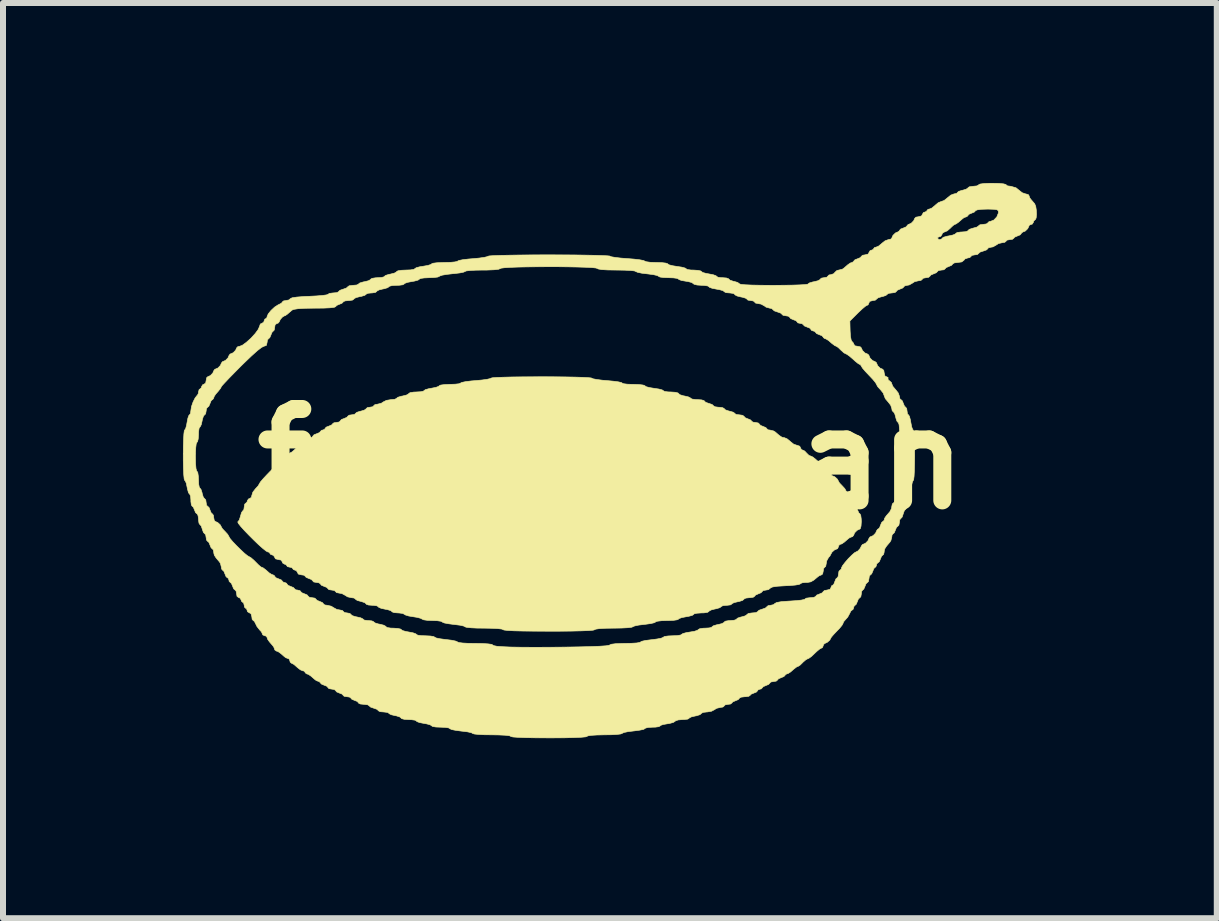
<source format=kicad_pcb>
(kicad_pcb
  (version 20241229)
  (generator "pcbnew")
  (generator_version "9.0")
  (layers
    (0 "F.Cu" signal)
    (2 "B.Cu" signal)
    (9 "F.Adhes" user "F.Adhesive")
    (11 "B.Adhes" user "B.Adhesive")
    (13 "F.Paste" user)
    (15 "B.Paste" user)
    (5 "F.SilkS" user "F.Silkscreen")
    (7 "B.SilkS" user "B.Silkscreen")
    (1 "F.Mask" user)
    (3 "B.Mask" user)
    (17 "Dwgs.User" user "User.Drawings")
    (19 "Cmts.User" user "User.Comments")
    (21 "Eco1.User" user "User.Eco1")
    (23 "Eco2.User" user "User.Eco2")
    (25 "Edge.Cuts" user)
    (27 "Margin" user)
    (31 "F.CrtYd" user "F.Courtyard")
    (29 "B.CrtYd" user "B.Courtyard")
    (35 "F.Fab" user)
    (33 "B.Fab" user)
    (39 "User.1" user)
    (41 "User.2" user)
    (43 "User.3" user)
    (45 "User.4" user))
  (footprint "frying_pan"
    (layer "F.Cu")
    (at 7.142 4.602)
    (property "Reference" "frying_pan" (at 0 0 0) (layer "F.SilkS") (effects (font (size 1.524 1.524) (thickness 0.3))))
    (attr through_hole)
    (fp_poly (pts (xy -0.96 -1.371) (xy -0.772 -1.369) (xy -0.611 -1.366) (xy -0.481 -1.362) (xy -0.388 -1.357) (xy -0.338 -1.352) (xy -0.33 -1.349) (xy -0.307 -1.338) (xy -0.243 -1.326) (xy -0.15 -1.314) (xy -0.076 -1.308) (xy 0.03 -1.298) (xy 0.115 -1.287) (xy 0.167 -1.275) (xy 0.178 -1.267) (xy 0.201 -1.256) (xy 0.263 -1.248) (xy 0.35 -1.245) (xy 0.368 -1.245) (xy 0.459 -1.242) (xy 0.527 -1.234) (xy 0.558 -1.223) (xy 0.559 -1.22) (xy 0.582 -1.205) (xy 0.642 -1.19) (xy 0.711 -1.179) (xy 0.791 -1.167) (xy 0.847 -1.152) (xy 0.864 -1.14) (xy 0.886 -1.127) (xy 0.945 -1.119) (xy 0.991 -1.118) (xy 1.063 -1.113) (xy 1.109 -1.102) (xy 1.118 -1.093) (xy 1.14 -1.073) (xy 1.196 -1.055) (xy 1.219 -1.051) (xy 1.283 -1.036) (xy 1.318 -1.018) (xy 1.321 -1.013) (xy 1.344 -1) (xy 1.401 -0.992) (xy 1.435 -0.991) (xy 1.503 -0.986) (xy 1.544 -0.974) (xy 1.549 -0.967) (xy 1.571 -0.946) (xy 1.624 -0.927) (xy 1.626 -0.927) (xy 1.679 -0.909) (xy 1.702 -0.887) (xy 1.702 -0.887) (xy 1.724 -0.872) (xy 1.779 -0.864) (xy 1.791 -0.864) (xy 1.849 -0.858) (xy 1.879 -0.843) (xy 1.88 -0.839) (xy 1.902 -0.819) (xy 1.956 -0.801) (xy 1.968 -0.798) (xy 2.027 -0.782) (xy 2.057 -0.762) (xy 2.057 -0.759) (xy 2.079 -0.743) (xy 2.133 -0.737) (xy 2.134 -0.737) (xy 2.187 -0.729) (xy 2.21 -0.712) (xy 2.21 -0.712) (xy 2.231 -0.688) (xy 2.273 -0.671) (xy 2.321 -0.651) (xy 2.337 -0.632) (xy 2.359 -0.615) (xy 2.4 -0.61) (xy 2.448 -0.601) (xy 2.464 -0.585) (xy 2.485 -0.561) (xy 2.527 -0.544) (xy 2.575 -0.524) (xy 2.591 -0.505) (xy 2.612 -0.487) (xy 2.643 -0.483) (xy 2.704 -0.468) (xy 2.731 -0.451) (xy 2.797 -0.394) (xy 2.841 -0.365) (xy 2.875 -0.356) (xy 2.883 -0.356) (xy 2.927 -0.338) (xy 2.979 -0.296) (xy 2.982 -0.292) (xy 3.038 -0.248) (xy 3.093 -0.229) (xy 3.095 -0.229) (xy 3.139 -0.214) (xy 3.15 -0.191) (xy 3.167 -0.157) (xy 3.182 -0.152) (xy 3.221 -0.134) (xy 3.251 -0.102) (xy 3.291 -0.062) (xy 3.319 -0.051) (xy 3.357 -0.034) (xy 3.408 0.007) (xy 3.414 0.013) (xy 3.464 0.055) (xy 3.501 0.076) (xy 3.504 0.076) (xy 3.528 0.097) (xy 3.531 0.114) (xy 3.545 0.148) (xy 3.558 0.152) (xy 3.601 0.172) (xy 3.642 0.214) (xy 3.658 0.252) (xy 3.677 0.278) (xy 3.685 0.279) (xy 3.724 0.296) (xy 3.765 0.333) (xy 3.785 0.369) (xy 3.785 0.37) (xy 3.801 0.398) (xy 3.843 0.442) (xy 3.848 0.447) (xy 3.891 0.494) (xy 3.911 0.531) (xy 3.912 0.533) (xy 3.929 0.568) (xy 3.97 0.616) (xy 3.975 0.62) (xy 4.019 0.676) (xy 4.039 0.731) (xy 4.039 0.733) (xy 4.048 0.776) (xy 4.064 0.787) (xy 4.088 0.809) (xy 4.104 0.851) (xy 4.124 0.898) (xy 4.143 0.914) (xy 4.156 0.937) (xy 4.164 0.996) (xy 4.166 1.041) (xy 4.161 1.117) (xy 4.148 1.162) (xy 4.138 1.168) (xy 4.095 1.188) (xy 4.054 1.23) (xy 4.039 1.268) (xy 4.019 1.294) (xy 4.011 1.295) (xy 3.971 1.311) (xy 3.949 1.327) (xy 3.882 1.385) (xy 3.84 1.414) (xy 3.812 1.422) (xy 3.811 1.422) (xy 3.788 1.443) (xy 3.785 1.46) (xy 3.77 1.494) (xy 3.757 1.499) (xy 3.719 1.515) (xy 3.678 1.551) (xy 3.658 1.586) (xy 3.658 1.587) (xy 3.642 1.617) (xy 3.619 1.642) (xy 3.589 1.697) (xy 3.581 1.742) (xy 3.572 1.789) (xy 3.556 1.803) (xy 3.537 1.825) (xy 3.531 1.867) (xy 3.521 1.915) (xy 3.503 1.93) (xy 3.463 1.946) (xy 3.441 1.962) (xy 3.374 2.018) (xy 3.323 2.047) (xy 3.27 2.057) (xy 3.24 2.057) (xy 3.18 2.063) (xy 3.15 2.077) (xy 3.15 2.08) (xy 3.126 2.091) (xy 3.063 2.101) (xy 2.97 2.109) (xy 2.904 2.112) (xy 2.771 2.12) (xy 2.687 2.132) (xy 2.65 2.149) (xy 2.648 2.153) (xy 2.617 2.177) (xy 2.576 2.184) (xy 2.529 2.192) (xy 2.515 2.207) (xy 2.493 2.229) (xy 2.451 2.246) (xy 2.404 2.266) (xy 2.388 2.286) (xy 2.365 2.303) (xy 2.31 2.311) (xy 2.299 2.311) (xy 2.24 2.318) (xy 2.211 2.333) (xy 2.21 2.336) (xy 2.187 2.356) (xy 2.131 2.374) (xy 2.108 2.378) (xy 2.045 2.393) (xy 2.009 2.411) (xy 2.007 2.416) (xy 1.984 2.431) (xy 1.929 2.438) (xy 1.918 2.438) (xy 1.859 2.444) (xy 1.83 2.458) (xy 1.829 2.461) (xy 1.806 2.478) (xy 1.75 2.495) (xy 1.727 2.499) (xy 1.664 2.515) (xy 1.628 2.534) (xy 1.626 2.54) (xy 1.603 2.555) (xy 1.544 2.564) (xy 1.499 2.565) (xy 1.426 2.57) (xy 1.38 2.58) (xy 1.372 2.588) (xy 1.349 2.605) (xy 1.291 2.621) (xy 1.245 2.629) (xy 1.172 2.643) (xy 1.126 2.66) (xy 1.118 2.669) (xy 1.094 2.68) (xy 1.033 2.689) (xy 0.945 2.692) (xy 0.927 2.692) (xy 0.836 2.695) (xy 0.769 2.703) (xy 0.737 2.713) (xy 0.737 2.716) (xy 0.713 2.729) (xy 0.652 2.743) (xy 0.564 2.755) (xy 0.546 2.757) (xy 0.455 2.768) (xy 0.388 2.782) (xy 0.356 2.795) (xy 0.356 2.797) (xy 0.332 2.805) (xy 0.267 2.812) (xy 0.17 2.817) (xy 0.052 2.819) (xy 0.038 2.819) (xy -0.099 2.821) (xy -0.202 2.827) (xy -0.263 2.836) (xy -0.279 2.845) (xy -0.305 2.853) (xy -0.379 2.859) (xy -0.5 2.864) (xy -0.668 2.868) (xy -0.879 2.87) (xy -1.041 2.87) (xy -1.281 2.869) (xy -1.477 2.867) (xy -1.629 2.863) (xy -1.735 2.857) (xy -1.792 2.85) (xy -1.803 2.845) (xy -1.828 2.834) (xy -1.898 2.826) (xy -2.007 2.821) (xy -2.121 2.819) (xy -2.241 2.818) (xy -2.341 2.813) (xy -2.409 2.806) (xy -2.438 2.798) (xy -2.438 2.797) (xy -2.462 2.784) (xy -2.523 2.77) (xy -2.611 2.759) (xy -2.629 2.757) (xy -2.72 2.745) (xy -2.787 2.732) (xy -2.819 2.718) (xy -2.819 2.716) (xy -2.843 2.704) (xy -2.903 2.695) (xy -2.982 2.692) (xy -3.067 2.689) (xy -3.13 2.68) (xy -3.154 2.669) (xy -3.182 2.654) (xy -3.245 2.638) (xy -3.302 2.629) (xy -3.38 2.616) (xy -3.435 2.599) (xy -3.45 2.589) (xy -3.478 2.574) (xy -3.538 2.566) (xy -3.558 2.565) (xy -3.621 2.56) (xy -3.655 2.548) (xy -3.658 2.543) (xy -3.68 2.526) (xy -3.737 2.509) (xy -3.772 2.503) (xy -3.84 2.488) (xy -3.881 2.47) (xy -3.886 2.462) (xy -3.909 2.447) (xy -3.965 2.439) (xy -3.988 2.438) (xy -4.051 2.433) (xy -4.087 2.42) (xy -4.089 2.414) (xy -4.112 2.394) (xy -4.166 2.376) (xy -4.178 2.373) (xy -4.237 2.357) (xy -4.266 2.337) (xy -4.267 2.334) (xy -4.289 2.317) (xy -4.333 2.311) (xy -4.398 2.297) (xy -4.436 2.273) (xy -4.491 2.243) (xy -4.536 2.235) (xy -4.583 2.226) (xy -4.597 2.21) (xy -4.619 2.191) (xy -4.661 2.184) (xy -4.709 2.177) (xy -4.724 2.162) (xy -4.746 2.139) (xy -4.788 2.123) (xy -4.835 2.103) (xy -4.851 2.082) (xy -4.873 2.064) (xy -4.915 2.057) (xy -4.963 2.049) (xy -4.978 2.032) (xy -5 2.008) (xy -5.042 1.992) (xy -5.089 1.972) (xy -5.105 1.953) (xy -5.127 1.936) (xy -5.169 1.93) (xy -5.22 1.917) (xy -5.232 1.892) (xy -5.253 1.859) (xy -5.271 1.854) (xy -5.304 1.84) (xy -5.309 1.829) (xy -5.33 1.808) (xy -5.359 1.803) (xy -5.401 1.793) (xy -5.41 1.778) (xy -5.431 1.755) (xy -5.448 1.753) (xy -5.482 1.732) (xy -5.486 1.714) (xy -5.508 1.684) (xy -5.55 1.676) (xy -5.601 1.663) (xy -5.613 1.638) (xy -5.634 1.605) (xy -5.652 1.6) (xy -5.685 1.586) (xy -5.69 1.575) (xy -5.71 1.552) (xy -5.727 1.549) (xy -5.757 1.533) (xy -5.812 1.489) (xy -5.883 1.426) (xy -5.962 1.35) (xy -6.043 1.269) (xy -6.118 1.191) (xy -6.179 1.123) (xy -6.219 1.073) (xy -6.229 1.048) (xy -6.228 1.047) (xy -6.204 1.018) (xy -6.185 0.959) (xy -6.183 0.951) (xy -6.166 0.893) (xy -6.147 0.864) (xy -6.144 0.864) (xy -6.127 0.842) (xy -6.121 0.8) (xy -6.113 0.752) (xy -6.096 0.737) (xy -6.073 0.716) (xy -6.071 0.699) (xy -6.05 0.665) (xy -6.032 0.66) (xy -6.002 0.639) (xy -5.994 0.606) (xy -5.977 0.552) (xy -5.933 0.495) (xy -5.931 0.493) (xy -5.888 0.446) (xy -5.868 0.411) (xy -5.867 0.409) (xy -5.85 0.381) (xy -5.804 0.327) (xy -5.737 0.255) (xy -5.657 0.173) (xy -5.573 0.09) (xy -5.493 0.012) (xy -5.424 -0.051) (xy -5.376 -0.091) (xy -5.357 -0.102) (xy -5.324 -0.119) (xy -5.277 -0.16) (xy -5.273 -0.165) (xy -5.228 -0.208) (xy -5.198 -0.228) (xy -5.196 -0.229) (xy -5.164 -0.244) (xy -5.143 -0.26) (xy -5.076 -0.318) (xy -5.034 -0.347) (xy -5.006 -0.356) (xy -5.005 -0.356) (xy -4.979 -0.374) (xy -4.978 -0.381) (xy -4.957 -0.405) (xy -4.915 -0.421) (xy -4.867 -0.441) (xy -4.851 -0.46) (xy -4.831 -0.48) (xy -4.813 -0.483) (xy -4.779 -0.496) (xy -4.775 -0.508) (xy -4.754 -0.532) (xy -4.712 -0.548) (xy -4.664 -0.568) (xy -4.648 -0.587) (xy -4.626 -0.604) (xy -4.585 -0.61) (xy -4.537 -0.618) (xy -4.521 -0.635) (xy -4.5 -0.659) (xy -4.458 -0.675) (xy -4.41 -0.695) (xy -4.394 -0.714) (xy -4.372 -0.731) (xy -4.331 -0.737) (xy -4.283 -0.744) (xy -4.267 -0.759) (xy -4.245 -0.778) (xy -4.19 -0.796) (xy -4.178 -0.798) (xy -4.12 -0.815) (xy -4.09 -0.836) (xy -4.089 -0.839) (xy -4.068 -0.858) (xy -4.026 -0.864) (xy -3.978 -0.872) (xy -3.962 -0.889) (xy -3.941 -0.908) (xy -3.901 -0.914) (xy -3.836 -0.93) (xy -3.801 -0.953) (xy -3.751 -0.978) (xy -3.679 -0.99) (xy -3.672 -0.991) (xy -3.613 -0.996) (xy -3.582 -1.01) (xy -3.581 -1.013) (xy -3.559 -1.03) (xy -3.503 -1.047) (xy -3.48 -1.051) (xy -3.416 -1.067) (xy -3.381 -1.086) (xy -3.378 -1.093) (xy -3.355 -1.107) (xy -3.297 -1.116) (xy -3.251 -1.118) (xy -3.179 -1.122) (xy -3.133 -1.132) (xy -3.124 -1.141) (xy -3.101 -1.157) (xy -3.043 -1.173) (xy -2.997 -1.181) (xy -2.925 -1.195) (xy -2.879 -1.212) (xy -2.87 -1.222) (xy -2.847 -1.233) (xy -2.786 -1.241) (xy -2.699 -1.245) (xy -2.692 -1.245) (xy -2.605 -1.248) (xy -2.541 -1.255) (xy -2.515 -1.266) (xy -2.515 -1.267) (xy -2.491 -1.278) (xy -2.427 -1.291) (xy -2.335 -1.302) (xy -2.261 -1.308) (xy -2.154 -1.318) (xy -2.069 -1.33) (xy -2.018 -1.342) (xy -2.007 -1.349) (xy -1.982 -1.355) (xy -1.912 -1.36) (xy -1.802 -1.364) (xy -1.658 -1.368) (xy -1.484 -1.37) (xy -1.287 -1.371) (xy -1.168 -1.372) (xy -0.96 -1.371)) (stroke (width 0.01) (type solid)) (fill yes) (layer "F.SilkS"))
    (fp_poly (pts (xy 6.46 -4.595) (xy 6.538 -4.587) (xy 6.576 -4.576) (xy 6.579 -4.572) (xy 6.601 -4.554) (xy 6.654 -4.547) (xy 6.656 -4.547) (xy 6.744 -4.522) (xy 6.792 -4.483) (xy 6.848 -4.439) (xy 6.903 -4.42) (xy 6.905 -4.42) (xy 6.948 -4.409) (xy 6.96 -4.392) (xy 6.975 -4.352) (xy 6.991 -4.33) (xy 7.036 -4.278) (xy 7.055 -4.256) (xy 7.073 -4.213) (xy 7.083 -4.148) (xy 7.086 -4.077) (xy 7.08 -4.018) (xy 7.065 -3.989) (xy 7.061 -3.988) (xy 7.039 -3.967) (xy 7.036 -3.95) (xy 7.015 -3.916) (xy 6.998 -3.912) (xy 6.964 -3.897) (xy 6.96 -3.884) (xy 6.94 -3.841) (xy 6.898 -3.8) (xy 6.86 -3.785) (xy 6.834 -3.767) (xy 6.833 -3.76) (xy 6.811 -3.736) (xy 6.769 -3.719) (xy 6.722 -3.699) (xy 6.706 -3.68) (xy 6.684 -3.663) (xy 6.642 -3.658) (xy 6.594 -3.649) (xy 6.579 -3.632) (xy 6.557 -3.613) (xy 6.517 -3.607) (xy 6.452 -3.592) (xy 6.417 -3.569) (xy 6.361 -3.537) (xy 6.326 -3.531) (xy 6.284 -3.521) (xy 6.274 -3.507) (xy 6.252 -3.486) (xy 6.199 -3.467) (xy 6.198 -3.467) (xy 6.144 -3.449) (xy 6.121 -3.427) (xy 6.121 -3.427) (xy 6.1 -3.409) (xy 6.058 -3.404) (xy 6.01 -3.395) (xy 5.994 -3.378) (xy 5.973 -3.358) (xy 5.943 -3.353) (xy 5.894 -3.336) (xy 5.877 -3.315) (xy 5.84 -3.286) (xy 5.776 -3.277) (xy 5.718 -3.27) (xy 5.69 -3.254) (xy 5.69 -3.252) (xy 5.668 -3.228) (xy 5.626 -3.211) (xy 5.579 -3.191) (xy 5.563 -3.172) (xy 5.541 -3.155) (xy 5.499 -3.15) (xy 5.451 -3.142) (xy 5.436 -3.127) (xy 5.414 -3.105) (xy 5.372 -3.088) (xy 5.325 -3.068) (xy 5.309 -3.048) (xy 5.287 -3.029) (xy 5.245 -3.023) (xy 5.197 -3.014) (xy 5.182 -2.997) (xy 5.16 -2.978) (xy 5.12 -2.972) (xy 5.055 -2.957) (xy 5.02 -2.934) (xy 4.964 -2.902) (xy 4.929 -2.896) (xy 4.887 -2.886) (xy 4.877 -2.873) (xy 4.855 -2.851) (xy 4.813 -2.834) (xy 4.766 -2.814) (xy 4.75 -2.794) (xy 4.728 -2.776) (xy 4.675 -2.769) (xy 4.674 -2.769) (xy 4.62 -2.762) (xy 4.597 -2.746) (xy 4.597 -2.746) (xy 4.575 -2.727) (xy 4.521 -2.709) (xy 4.508 -2.707) (xy 4.45 -2.69) (xy 4.42 -2.669) (xy 4.42 -2.666) (xy 4.398 -2.648) (xy 4.356 -2.642) (xy 4.305 -2.628) (xy 4.293 -2.603) (xy 4.278 -2.57) (xy 4.266 -2.565) (xy 4.236 -2.549) (xy 4.182 -2.504) (xy 4.115 -2.441) (xy 4.107 -2.433) (xy 3.975 -2.301) (xy 3.979 -2.136) (xy 3.985 -2.045) (xy 3.997 -1.982) (xy 4.01 -1.961) (xy 4.036 -1.931) (xy 4.039 -1.916) (xy 4.061 -1.887) (xy 4.102 -1.88) (xy 4.15 -1.87) (xy 4.166 -1.852) (xy 4.185 -1.809) (xy 4.227 -1.768) (xy 4.265 -1.753) (xy 4.291 -1.733) (xy 4.293 -1.725) (xy 4.312 -1.682) (xy 4.354 -1.641) (xy 4.392 -1.626) (xy 4.418 -1.606) (xy 4.42 -1.598) (xy 4.439 -1.555) (xy 4.481 -1.514) (xy 4.519 -1.499) (xy 4.54 -1.477) (xy 4.547 -1.435) (xy 4.56 -1.384) (xy 4.586 -1.372) (xy 4.612 -1.359) (xy 4.61 -1.346) (xy 4.615 -1.317) (xy 4.634 -1.305) (xy 4.669 -1.273) (xy 4.674 -1.253) (xy 4.691 -1.212) (xy 4.733 -1.162) (xy 4.737 -1.158) (xy 4.781 -1.102) (xy 4.801 -1.047) (xy 4.801 -1.045) (xy 4.81 -1.002) (xy 4.826 -0.991) (xy 4.85 -0.969) (xy 4.866 -0.927) (xy 4.886 -0.88) (xy 4.905 -0.864) (xy 4.922 -0.842) (xy 4.928 -0.8) (xy 4.935 -0.752) (xy 4.951 -0.737) (xy 4.967 -0.714) (xy 4.983 -0.656) (xy 4.991 -0.61) (xy 5.005 -0.537) (xy 5.022 -0.491) (xy 5.032 -0.483) (xy 5.039 -0.459) (xy 5.046 -0.392) (xy 5.051 -0.29) (xy 5.054 -0.162) (xy 5.055 -0.064) (xy 5.053 0.076) (xy 5.05 0.196) (xy 5.045 0.288) (xy 5.038 0.343) (xy 5.032 0.356) (xy 5.018 0.379) (xy 5.003 0.438) (xy 4.993 0.508) (xy 4.98 0.588) (xy 4.965 0.644) (xy 4.952 0.66) (xy 4.936 0.683) (xy 4.928 0.738) (xy 4.928 0.749) (xy 4.922 0.808) (xy 4.907 0.837) (xy 4.904 0.838) (xy 4.883 0.86) (xy 4.864 0.913) (xy 4.864 0.914) (xy 4.846 0.968) (xy 4.824 0.991) (xy 4.824 0.991) (xy 4.806 1.012) (xy 4.801 1.054) (xy 4.792 1.102) (xy 4.776 1.118) (xy 4.752 1.139) (xy 4.735 1.181) (xy 4.715 1.229) (xy 4.696 1.245) (xy 4.678 1.266) (xy 4.674 1.297) (xy 4.659 1.358) (xy 4.642 1.385) (xy 4.586 1.451) (xy 4.557 1.496) (xy 4.547 1.534) (xy 4.547 1.548) (xy 4.537 1.59) (xy 4.524 1.6) (xy 4.502 1.622) (xy 4.485 1.664) (xy 4.465 1.711) (xy 4.445 1.727) (xy 4.422 1.748) (xy 4.42 1.765) (xy 4.407 1.799) (xy 4.397 1.803) (xy 4.375 1.825) (xy 4.358 1.867) (xy 4.338 1.914) (xy 4.318 1.93) (xy 4.299 1.952) (xy 4.293 1.994) (xy 4.284 2.042) (xy 4.268 2.057) (xy 4.244 2.079) (xy 4.227 2.121) (xy 4.207 2.168) (xy 4.188 2.184) (xy 4.171 2.206) (xy 4.166 2.248) (xy 4.157 2.296) (xy 4.141 2.311) (xy 4.117 2.333) (xy 4.1 2.375) (xy 4.08 2.422) (xy 4.061 2.438) (xy 4.041 2.459) (xy 4.039 2.477) (xy 4.026 2.51) (xy 4.015 2.515) (xy 3.99 2.536) (xy 3.973 2.572) (xy 3.939 2.635) (xy 3.908 2.67) (xy 3.871 2.712) (xy 3.861 2.739) (xy 3.844 2.771) (xy 3.801 2.824) (xy 3.759 2.867) (xy 3.704 2.925) (xy 3.667 2.968) (xy 3.658 2.984) (xy 3.639 3.019) (xy 3.598 3.055) (xy 3.559 3.073) (xy 3.558 3.073) (xy 3.534 3.094) (xy 3.531 3.111) (xy 3.516 3.145) (xy 3.503 3.15) (xy 3.471 3.167) (xy 3.419 3.21) (xy 3.389 3.239) (xy 3.334 3.291) (xy 3.289 3.323) (xy 3.276 3.327) (xy 3.242 3.345) (xy 3.194 3.386) (xy 3.19 3.391) (xy 3.146 3.434) (xy 3.116 3.454) (xy 3.114 3.454) (xy 3.088 3.465) (xy 3.04 3.502) (xy 2.985 3.55) (xy 2.942 3.577) (xy 2.923 3.581) (xy 2.897 3.598) (xy 2.896 3.604) (xy 2.874 3.626) (xy 2.832 3.643) (xy 2.785 3.663) (xy 2.769 3.683) (xy 2.747 3.702) (xy 2.705 3.708) (xy 2.657 3.717) (xy 2.642 3.733) (xy 2.62 3.757) (xy 2.578 3.774) (xy 2.531 3.794) (xy 2.515 3.813) (xy 2.494 3.833) (xy 2.477 3.835) (xy 2.443 3.849) (xy 2.438 3.86) (xy 2.417 3.884) (xy 2.375 3.901) (xy 2.327 3.921) (xy 2.311 3.94) (xy 2.289 3.955) (xy 2.234 3.962) (xy 2.223 3.962) (xy 2.164 3.969) (xy 2.134 3.984) (xy 2.134 3.987) (xy 2.112 4.011) (xy 2.07 4.028) (xy 2.023 4.048) (xy 2.007 4.067) (xy 1.985 4.084) (xy 1.943 4.089) (xy 1.895 4.098) (xy 1.88 4.115) (xy 1.858 4.134) (xy 1.818 4.14) (xy 1.753 4.155) (xy 1.718 4.178) (xy 1.668 4.204) (xy 1.596 4.216) (xy 1.589 4.216) (xy 1.53 4.223) (xy 1.5 4.238) (xy 1.499 4.241) (xy 1.476 4.261) (xy 1.42 4.279) (xy 1.397 4.283) (xy 1.333 4.298) (xy 1.298 4.316) (xy 1.295 4.321) (xy 1.273 4.335) (xy 1.215 4.342) (xy 1.183 4.343) (xy 1.113 4.349) (xy 1.069 4.364) (xy 1.062 4.371) (xy 1.033 4.39) (xy 0.971 4.407) (xy 0.933 4.413) (xy 0.863 4.425) (xy 0.819 4.44) (xy 0.813 4.448) (xy 0.79 4.461) (xy 0.732 4.469) (xy 0.686 4.47) (xy 0.613 4.474) (xy 0.567 4.485) (xy 0.559 4.493) (xy 0.536 4.506) (xy 0.474 4.519) (xy 0.386 4.531) (xy 0.368 4.533) (xy 0.277 4.544) (xy 0.21 4.558) (xy 0.179 4.572) (xy 0.178 4.574) (xy 0.154 4.583) (xy 0.09 4.591) (xy -0.006 4.596) (xy -0.114 4.597) (xy -0.244 4.6) (xy -0.34 4.606) (xy -0.395 4.615) (xy -0.406 4.623) (xy -0.431 4.631) (xy -0.505 4.638) (xy -0.625 4.643) (xy -0.789 4.647) (xy -0.996 4.648) (xy -1.041 4.648) (xy -1.256 4.647) (xy -1.429 4.644) (xy -1.558 4.639) (xy -1.641 4.633) (xy -1.675 4.625) (xy -1.676 4.623) (xy -1.701 4.612) (xy -1.771 4.604) (xy -1.88 4.599) (xy -1.994 4.597) (xy -2.114 4.596) (xy -2.214 4.591) (xy -2.282 4.584) (xy -2.311 4.576) (xy -2.311 4.575) (xy -2.335 4.562) (xy -2.396 4.548) (xy -2.484 4.537) (xy -2.502 4.535) (xy -2.593 4.523) (xy -2.66 4.51) (xy -2.692 4.496) (xy -2.692 4.494) (xy -2.715 4.481) (xy -2.775 4.473) (xy -2.845 4.47) (xy -2.925 4.467) (xy -2.98 4.458) (xy -2.997 4.447) (xy -3.02 4.431) (xy -3.078 4.415) (xy -3.124 4.407) (xy -3.197 4.393) (xy -3.243 4.376) (xy -3.251 4.366) (xy -3.274 4.353) (xy -3.332 4.345) (xy -3.378 4.343) (xy -3.451 4.339) (xy -3.497 4.327) (xy -3.505 4.318) (xy -3.528 4.299) (xy -3.584 4.281) (xy -3.607 4.277) (xy -3.67 4.262) (xy -3.706 4.244) (xy -3.708 4.239) (xy -3.731 4.224) (xy -3.786 4.217) (xy -3.797 4.216) (xy -3.856 4.211) (xy -3.885 4.196) (xy -3.886 4.193) (xy -3.908 4.172) (xy -3.961 4.153) (xy -3.962 4.153) (xy -4.016 4.134) (xy -4.039 4.113) (xy -4.039 4.113) (xy -4.061 4.097) (xy -4.116 4.09) (xy -4.128 4.089) (xy -4.186 4.083) (xy -4.216 4.068) (xy -4.216 4.064) (xy -4.238 4.04) (xy -4.28 4.024) (xy -4.327 4.004) (xy -4.343 3.985) (xy -4.365 3.968) (xy -4.407 3.962) (xy -4.455 3.955) (xy -4.47 3.94) (xy -4.492 3.917) (xy -4.534 3.901) (xy -4.581 3.881) (xy -4.597 3.86) (xy -4.619 3.842) (xy -4.661 3.835) (xy -4.709 3.827) (xy -4.724 3.81) (xy -4.746 3.786) (xy -4.788 3.77) (xy -4.835 3.75) (xy -4.851 3.731) (xy -4.871 3.709) (xy -4.879 3.708) (xy -4.919 3.693) (xy -4.941 3.677) (xy -5.008 3.619) (xy -5.05 3.59) (xy -5.078 3.581) (xy -5.079 3.581) (xy -5.104 3.563) (xy -5.105 3.556) (xy -5.126 3.533) (xy -5.142 3.531) (xy -5.184 3.514) (xy -5.237 3.473) (xy -5.243 3.467) (xy -5.292 3.424) (xy -5.33 3.404) (xy -5.333 3.404) (xy -5.356 3.383) (xy -5.359 3.365) (xy -5.374 3.332) (xy -5.387 3.327) (xy -5.427 3.312) (xy -5.449 3.296) (xy -5.516 3.238) (xy -5.558 3.209) (xy -5.586 3.2) (xy -5.587 3.2) (xy -5.612 3.181) (xy -5.613 3.173) (xy -5.629 3.133) (xy -5.645 3.111) (xy -5.703 3.044) (xy -5.732 3.002) (xy -5.74 2.974) (xy -5.74 2.973) (xy -5.761 2.949) (xy -5.779 2.946) (xy -5.812 2.931) (xy -5.817 2.918) (xy -5.834 2.88) (xy -5.864 2.848) (xy -5.909 2.791) (xy -5.929 2.75) (xy -5.952 2.705) (xy -5.971 2.692) (xy -5.989 2.671) (xy -5.994 2.629) (xy -6.008 2.578) (xy -6.032 2.565) (xy -6.066 2.545) (xy -6.071 2.527) (xy -6.084 2.493) (xy -6.096 2.489) (xy -6.117 2.468) (xy -6.121 2.438) (xy -6.132 2.397) (xy -6.147 2.388) (xy -6.169 2.367) (xy -6.172 2.349) (xy -6.193 2.316) (xy -6.21 2.311) (xy -6.241 2.289) (xy -6.248 2.248) (xy -6.257 2.2) (xy -6.273 2.184) (xy -6.297 2.163) (xy -6.314 2.121) (xy -6.334 2.073) (xy -6.353 2.057) (xy -6.373 2.037) (xy -6.375 2.019) (xy -6.389 1.985) (xy -6.4 1.981) (xy -6.424 1.96) (xy -6.441 1.918) (xy -6.461 1.87) (xy -6.48 1.854) (xy -6.498 1.833) (xy -6.502 1.802) (xy -6.517 1.741) (xy -6.534 1.714) (xy -6.59 1.648) (xy -6.619 1.603) (xy -6.629 1.564) (xy -6.629 1.55) (xy -6.639 1.509) (xy -6.652 1.499) (xy -6.674 1.477) (xy -6.691 1.435) (xy -6.711 1.388) (xy -6.731 1.372) (xy -6.75 1.35) (xy -6.756 1.308) (xy -6.764 1.26) (xy -6.78 1.245) (xy -6.801 1.223) (xy -6.82 1.17) (xy -6.82 1.168) (xy -6.838 1.115) (xy -6.86 1.092) (xy -6.86 1.092) (xy -6.875 1.07) (xy -6.883 1.015) (xy -6.883 1.003) (xy -6.89 0.945) (xy -6.905 0.915) (xy -6.908 0.914) (xy -6.932 0.893) (xy -6.949 0.851) (xy -6.969 0.803) (xy -6.988 0.787) (xy -7.002 0.765) (xy -7.01 0.709) (xy -7.01 0.686) (xy -7.015 0.622) (xy -7.028 0.587) (xy -7.033 0.584) (xy -7.05 0.562) (xy -7.066 0.504) (xy -7.073 0.47) (xy -7.087 0.402) (xy -7.106 0.361) (xy -7.114 0.356) (xy -7.122 0.331) (xy -7.129 0.263) (xy -7.134 0.157) (xy -7.137 0.021) (xy -7.137 -0.038) (xy -6.934 -0.038) (xy -6.932 0.076) (xy -6.925 0.157) (xy -6.914 0.199) (xy -6.909 0.203) (xy -6.895 0.226) (xy -6.886 0.285) (xy -6.883 0.343) (xy -6.88 0.419) (xy -6.87 0.47) (xy -6.861 0.483) (xy -6.842 0.505) (xy -6.824 0.559) (xy -6.822 0.572) (xy -6.805 0.63) (xy -6.784 0.66) (xy -6.781 0.66) (xy -6.762 0.682) (xy -6.756 0.724) (xy -6.748 0.772) (xy -6.731 0.787) (xy -6.707 0.809) (xy -6.691 0.851) (xy -6.671 0.898) (xy -6.652 0.914) (xy -6.635 0.936) (xy -6.629 0.978) (xy -6.62 1.026) (xy -6.602 1.041) (xy -6.563 1.058) (xy -6.522 1.095) (xy -6.502 1.131) (xy -6.502 1.132) (xy -6.486 1.16) (xy -6.444 1.204) (xy -6.439 1.209) (xy -6.396 1.256) (xy -6.376 1.292) (xy -6.375 1.294) (xy -6.358 1.324) (xy -6.313 1.377) (xy -6.251 1.442) (xy -6.182 1.51) (xy -6.117 1.571) (xy -6.066 1.612) (xy -6.042 1.626) (xy -6.011 1.643) (xy -5.961 1.686) (xy -5.933 1.714) (xy -5.88 1.767) (xy -5.842 1.799) (xy -5.832 1.803) (xy -5.805 1.814) (xy -5.757 1.851) (xy -5.703 1.899) (xy -5.66 1.926) (xy -5.641 1.93) (xy -5.614 1.948) (xy -5.613 1.955) (xy -5.592 1.979) (xy -5.55 1.996) (xy -5.502 2.016) (xy -5.486 2.035) (xy -5.466 2.055) (xy -5.448 2.057) (xy -5.414 2.071) (xy -5.41 2.082) (xy -5.389 2.106) (xy -5.347 2.123) (xy -5.299 2.143) (xy -5.283 2.162) (xy -5.262 2.18) (xy -5.232 2.184) (xy -5.191 2.194) (xy -5.182 2.207) (xy -5.16 2.229) (xy -5.118 2.246) (xy -5.071 2.266) (xy -5.055 2.286) (xy -5.033 2.305) (xy -4.991 2.311) (xy -4.943 2.319) (xy -4.928 2.334) (xy -4.906 2.356) (xy -4.864 2.373) (xy -4.817 2.393) (xy -4.801 2.413) (xy -4.779 2.432) (xy -4.735 2.438) (xy -4.67 2.453) (xy -4.632 2.477) (xy -4.577 2.507) (xy -4.532 2.515) (xy -4.485 2.524) (xy -4.47 2.54) (xy -4.449 2.559) (xy -4.407 2.565) (xy -4.359 2.574) (xy -4.343 2.59) (xy -4.321 2.61) (xy -4.265 2.628) (xy -4.242 2.632) (xy -4.178 2.647) (xy -4.143 2.665) (xy -4.14 2.67) (xy -4.118 2.685) (xy -4.063 2.692) (xy -4.051 2.692) (xy -3.993 2.698) (xy -3.963 2.712) (xy -3.962 2.715) (xy -3.94 2.732) (xy -3.884 2.749) (xy -3.861 2.753) (xy -3.797 2.769) (xy -3.762 2.788) (xy -3.759 2.794) (xy -3.736 2.809) (xy -3.678 2.818) (xy -3.632 2.819) (xy -3.56 2.824) (xy -3.514 2.834) (xy -3.505 2.842) (xy -3.482 2.859) (xy -3.424 2.875) (xy -3.378 2.883) (xy -3.306 2.897) (xy -3.26 2.914) (xy -3.251 2.923) (xy -3.228 2.936) (xy -3.168 2.944) (xy -3.099 2.946) (xy -3.018 2.95) (xy -2.963 2.959) (xy -2.946 2.969) (xy -2.923 2.982) (xy -2.862 2.995) (xy -2.774 3.007) (xy -2.756 3.009) (xy -2.665 3.02) (xy -2.598 3.034) (xy -2.566 3.048) (xy -2.565 3.05) (xy -2.542 3.059) (xy -2.477 3.067) (xy -2.382 3.072) (xy -2.273 3.073) (xy -2.15 3.075) (xy -2.056 3.081) (xy -1.997 3.089) (xy -1.981 3.098) (xy -1.963 3.11) (xy -1.908 3.121) (xy -1.814 3.128) (xy -1.678 3.134) (xy -1.499 3.137) (xy -1.275 3.138) (xy -1.003 3.137) (xy -0.788 3.135) (xy -0.542 3.131) (xy -0.344 3.126) (xy -0.193 3.12) (xy -0.09 3.113) (xy -0.038 3.104) (xy -0.03 3.1) (xy -0.001 3.087) (xy 0.071 3.078) (xy 0.18 3.074) (xy 0.231 3.073) (xy 0.337 3.071) (xy 0.421 3.066) (xy 0.472 3.057) (xy 0.483 3.051) (xy 0.506 3.038) (xy 0.567 3.024) (xy 0.655 3.013) (xy 0.673 3.011) (xy 0.764 2.999) (xy 0.831 2.986) (xy 0.863 2.972) (xy 0.864 2.97) (xy 0.887 2.957) (xy 0.947 2.949) (xy 1.016 2.946) (xy 1.096 2.943) (xy 1.152 2.934) (xy 1.168 2.924) (xy 1.191 2.909) (xy 1.25 2.893) (xy 1.308 2.884) (xy 1.385 2.871) (xy 1.435 2.854) (xy 1.448 2.843) (xy 1.471 2.829) (xy 1.528 2.82) (xy 1.562 2.819) (xy 1.63 2.815) (xy 1.671 2.804) (xy 1.676 2.797) (xy 1.699 2.78) (xy 1.755 2.763) (xy 1.778 2.759) (xy 1.842 2.743) (xy 1.877 2.724) (xy 1.88 2.717) (xy 1.902 2.702) (xy 1.958 2.693) (xy 1.981 2.692) (xy 2.045 2.687) (xy 2.08 2.675) (xy 2.083 2.67) (xy 2.105 2.651) (xy 2.16 2.633) (xy 2.172 2.631) (xy 2.23 2.614) (xy 2.26 2.593) (xy 2.261 2.59) (xy 2.283 2.574) (xy 2.338 2.566) (xy 2.349 2.565) (xy 2.408 2.56) (xy 2.438 2.545) (xy 2.438 2.542) (xy 2.46 2.521) (xy 2.513 2.502) (xy 2.515 2.502) (xy 2.568 2.483) (xy 2.591 2.462) (xy 2.591 2.462) (xy 2.612 2.444) (xy 2.652 2.438) (xy 2.703 2.427) (xy 2.724 2.408) (xy 2.755 2.391) (xy 2.834 2.377) (xy 2.959 2.368) (xy 2.98 2.367) (xy 3.085 2.36) (xy 3.167 2.351) (xy 3.217 2.34) (xy 3.226 2.334) (xy 3.248 2.319) (xy 3.303 2.312) (xy 3.315 2.311) (xy 3.373 2.306) (xy 3.403 2.292) (xy 3.404 2.289) (xy 3.425 2.266) (xy 3.467 2.25) (xy 3.515 2.23) (xy 3.531 2.209) (xy 3.552 2.191) (xy 3.594 2.184) (xy 3.645 2.171) (xy 3.658 2.146) (xy 3.671 2.112) (xy 3.683 2.108) (xy 3.707 2.087) (xy 3.723 2.045) (xy 3.743 1.997) (xy 3.762 1.981) (xy 3.779 1.959) (xy 3.785 1.918) (xy 3.793 1.87) (xy 3.81 1.854) (xy 3.832 1.833) (xy 3.835 1.813) (xy 3.852 1.779) (xy 3.894 1.724) (xy 3.949 1.66) (xy 4.007 1.602) (xy 4.054 1.561) (xy 4.077 1.549) (xy 4.111 1.531) (xy 4.147 1.49) (xy 4.166 1.451) (xy 4.166 1.45) (xy 4.185 1.424) (xy 4.193 1.422) (xy 4.236 1.403) (xy 4.277 1.361) (xy 4.293 1.323) (xy 4.312 1.297) (xy 4.32 1.295) (xy 4.363 1.276) (xy 4.404 1.234) (xy 4.42 1.196) (xy 4.438 1.169) (xy 4.445 1.168) (xy 4.469 1.147) (xy 4.485 1.105) (xy 4.505 1.057) (xy 4.524 1.041) (xy 4.546 1.022) (xy 4.547 1.015) (xy 4.554 0.987) (xy 4.582 0.946) (xy 4.639 0.881) (xy 4.642 0.877) (xy 4.669 0.823) (xy 4.674 0.789) (xy 4.683 0.747) (xy 4.697 0.737) (xy 4.718 0.715) (xy 4.737 0.662) (xy 4.737 0.66) (xy 4.756 0.607) (xy 4.777 0.584) (xy 4.777 0.584) (xy 4.791 0.561) (xy 4.799 0.503) (xy 4.801 0.459) (xy 4.807 0.375) (xy 4.825 0.329) (xy 4.832 0.324) (xy 4.846 0.304) (xy 4.856 0.251) (xy 4.861 0.161) (xy 4.864 0.027) (xy 4.864 -0.038) (xy 4.863 -0.19) (xy 4.858 -0.297) (xy 4.85 -0.364) (xy 4.838 -0.396) (xy 4.832 -0.4) (xy 4.811 -0.431) (xy 4.801 -0.494) (xy 4.801 -0.51) (xy 4.795 -0.573) (xy 4.783 -0.607) (xy 4.778 -0.61) (xy 4.759 -0.632) (xy 4.741 -0.686) (xy 4.739 -0.699) (xy 4.722 -0.757) (xy 4.701 -0.787) (xy 4.698 -0.787) (xy 4.679 -0.809) (xy 4.674 -0.842) (xy 4.656 -0.896) (xy 4.613 -0.952) (xy 4.61 -0.955) (xy 4.566 -1.007) (xy 4.547 -1.054) (xy 4.547 -1.056) (xy 4.529 -1.102) (xy 4.486 -1.155) (xy 4.483 -1.158) (xy 4.44 -1.205) (xy 4.42 -1.241) (xy 4.42 -1.243) (xy 4.403 -1.273) (xy 4.359 -1.327) (xy 4.297 -1.393) (xy 4.293 -1.397) (xy 4.23 -1.464) (xy 4.184 -1.518) (xy 4.166 -1.549) (xy 4.166 -1.55) (xy 4.149 -1.574) (xy 4.144 -1.575) (xy 4.114 -1.591) (xy 4.063 -1.632) (xy 4.028 -1.664) (xy 3.969 -1.715) (xy 3.923 -1.747) (xy 3.909 -1.753) (xy 3.876 -1.77) (xy 3.83 -1.811) (xy 3.825 -1.816) (xy 3.781 -1.859) (xy 3.751 -1.879) (xy 3.749 -1.88) (xy 3.723 -1.891) (xy 3.675 -1.927) (xy 3.62 -1.975) (xy 3.577 -2.002) (xy 3.558 -2.007) (xy 3.532 -2.025) (xy 3.531 -2.032) (xy 3.509 -2.056) (xy 3.467 -2.072) (xy 3.42 -2.092) (xy 3.404 -2.111) (xy 3.383 -2.131) (xy 3.365 -2.134) (xy 3.332 -2.147) (xy 3.327 -2.159) (xy 3.306 -2.183) (xy 3.264 -2.199) (xy 3.216 -2.219) (xy 3.2 -2.238) (xy 3.179 -2.256) (xy 3.15 -2.261) (xy 3.108 -2.27) (xy 3.099 -2.283) (xy 3.077 -2.306) (xy 3.035 -2.322) (xy 2.988 -2.342) (xy 2.972 -2.363) (xy 2.95 -2.381) (xy 2.908 -2.388) (xy 2.861 -2.396) (xy 2.845 -2.411) (xy 2.823 -2.432) (xy 2.77 -2.451) (xy 2.769 -2.451) (xy 2.715 -2.47) (xy 2.692 -2.491) (xy 2.692 -2.491) (xy 2.671 -2.51) (xy 2.64 -2.515) (xy 2.578 -2.532) (xy 2.549 -2.553) (xy 2.494 -2.583) (xy 2.449 -2.591) (xy 2.402 -2.6) (xy 2.388 -2.616) (xy 2.366 -2.635) (xy 2.324 -2.642) (xy 2.276 -2.649) (xy 2.261 -2.664) (xy 2.238 -2.681) (xy 2.182 -2.698) (xy 2.159 -2.702) (xy 2.095 -2.718) (xy 2.06 -2.737) (xy 2.057 -2.744) (xy 2.035 -2.76) (xy 1.98 -2.768) (xy 1.968 -2.769) (xy 1.91 -2.774) (xy 1.88 -2.789) (xy 1.88 -2.792) (xy 1.857 -2.808) (xy 1.799 -2.824) (xy 1.753 -2.832) (xy 1.68 -2.846) (xy 1.634 -2.863) (xy 1.626 -2.873) (xy 1.603 -2.886) (xy 1.545 -2.894) (xy 1.501 -2.896) (xy 1.427 -2.901) (xy 1.377 -2.914) (xy 1.367 -2.923) (xy 1.338 -2.943) (xy 1.276 -2.959) (xy 1.237 -2.965) (xy 1.167 -2.977) (xy 1.124 -2.993) (xy 1.118 -3.001) (xy 1.094 -3.012) (xy 1.034 -3.02) (xy 0.953 -3.023) (xy 0.868 -3.026) (xy 0.809 -3.034) (xy 0.787 -3.046) (xy 0.764 -3.059) (xy 0.703 -3.073) (xy 0.615 -3.085) (xy 0.597 -3.087) (xy 0.506 -3.098) (xy 0.439 -3.112) (xy 0.407 -3.125) (xy 0.406 -3.127) (xy 0.383 -3.136) (xy 0.318 -3.143) (xy 0.221 -3.148) (xy 0.103 -3.15) (xy 0.091 -3.15) (xy -0.058 -3.152) (xy -0.164 -3.158) (xy -0.222 -3.169) (xy -0.234 -3.177) (xy -0.261 -3.185) (xy -0.331 -3.192) (xy -0.437 -3.197) (xy -0.572 -3.201) (xy -0.728 -3.204) (xy -0.897 -3.206) (xy -1.072 -3.206) (xy -1.246 -3.205) (xy -1.412 -3.203) (xy -1.561 -3.2) (xy -1.687 -3.195) (xy -1.781 -3.189) (xy -1.837 -3.182) (xy -1.849 -3.177) (xy -1.879 -3.164) (xy -1.956 -3.155) (xy -2.077 -3.15) (xy -2.148 -3.15) (xy -2.263 -3.148) (xy -2.356 -3.143) (xy -2.418 -3.136) (xy -2.438 -3.128) (xy -2.462 -3.116) (xy -2.524 -3.103) (xy -2.613 -3.092) (xy -2.648 -3.089) (xy -2.745 -3.078) (xy -2.821 -3.065) (xy -2.862 -3.051) (xy -2.866 -3.047) (xy -2.894 -3.034) (xy -2.958 -3.026) (xy -3.037 -3.023) (xy -3.121 -3.019) (xy -3.18 -3.011) (xy -3.2 -3) (xy -3.223 -2.983) (xy -3.281 -2.967) (xy -3.327 -2.959) (xy -3.4 -2.945) (xy -3.446 -2.928) (xy -3.454 -2.919) (xy -3.477 -2.905) (xy -3.536 -2.897) (xy -3.581 -2.896) (xy -3.654 -2.892) (xy -3.7 -2.881) (xy -3.708 -2.873) (xy -3.731 -2.856) (xy -3.787 -2.839) (xy -3.81 -2.835) (xy -3.874 -2.819) (xy -3.909 -2.8) (xy -3.912 -2.794) (xy -3.934 -2.777) (xy -3.989 -2.769) (xy -4 -2.769) (xy -4.059 -2.763) (xy -4.089 -2.749) (xy -4.089 -2.746) (xy -4.112 -2.729) (xy -4.168 -2.712) (xy -4.191 -2.708) (xy -4.255 -2.692) (xy -4.29 -2.673) (xy -4.293 -2.667) (xy -4.315 -2.65) (xy -4.37 -2.642) (xy -4.381 -2.642) (xy -4.44 -2.636) (xy -4.47 -2.622) (xy -4.47 -2.619) (xy -4.492 -2.597) (xy -4.534 -2.58) (xy -4.581 -2.56) (xy -4.597 -2.54) (xy -4.622 -2.529) (xy -4.691 -2.521) (xy -4.799 -2.516) (xy -4.94 -2.515) (xy -4.941 -2.515) (xy -5.106 -2.513) (xy -5.223 -2.506) (xy -5.295 -2.495) (xy -5.323 -2.483) (xy -5.376 -2.438) (xy -5.397 -2.419) (xy -5.434 -2.392) (xy -5.448 -2.388) (xy -5.482 -2.369) (xy -5.519 -2.328) (xy -5.537 -2.289) (xy -5.537 -2.288) (xy -5.558 -2.264) (xy -5.575 -2.261) (xy -5.606 -2.239) (xy -5.613 -2.197) (xy -5.621 -2.149) (xy -5.636 -2.134) (xy -5.658 -2.112) (xy -5.675 -2.07) (xy -5.695 -2.023) (xy -5.715 -2.007) (xy -5.734 -1.985) (xy -5.74 -1.943) (xy -5.752 -1.894) (xy -5.793 -1.88) (xy -5.832 -1.861) (xy -5.902 -1.807) (xy -6 -1.719) (xy -6.124 -1.6) (xy -6.174 -1.551) (xy -6.278 -1.446) (xy -6.369 -1.353) (xy -6.44 -1.278) (xy -6.487 -1.227) (xy -6.502 -1.207) (xy -6.515 -1.18) (xy -6.555 -1.129) (xy -6.598 -1.08) (xy -6.625 -1.037) (xy -6.629 -1.018) (xy -6.646 -0.992) (xy -6.652 -0.991) (xy -6.674 -0.969) (xy -6.691 -0.927) (xy -6.711 -0.88) (xy -6.731 -0.864) (xy -6.75 -0.842) (xy -6.756 -0.8) (xy -6.765 -0.752) (xy -6.782 -0.737) (xy -6.801 -0.714) (xy -6.819 -0.658) (xy -6.823 -0.635) (xy -6.838 -0.571) (xy -6.856 -0.536) (xy -6.861 -0.533) (xy -6.874 -0.511) (xy -6.882 -0.452) (xy -6.883 -0.406) (xy -6.888 -0.334) (xy -6.9 -0.288) (xy -6.909 -0.279) (xy -6.921 -0.255) (xy -6.929 -0.188) (xy -6.934 -0.086) (xy -6.934 -0.038) (xy -7.137 -0.038) (xy -7.137 -0.064) (xy -7.136 -0.205) (xy -7.132 -0.326) (xy -7.127 -0.417) (xy -7.12 -0.471) (xy -7.114 -0.483) (xy -7.098 -0.505) (xy -7.082 -0.564) (xy -7.074 -0.61) (xy -7.06 -0.682) (xy -7.043 -0.728) (xy -7.033 -0.737) (xy -7.017 -0.759) (xy -7.01 -0.811) (xy -7 -0.875) (xy -6.974 -0.95) (xy -6.94 -1.018) (xy -6.908 -1.059) (xy -6.902 -1.063) (xy -6.887 -1.092) (xy -6.883 -1.12) (xy -6.872 -1.16) (xy -6.858 -1.168) (xy -6.835 -1.189) (xy -6.833 -1.206) (xy -6.812 -1.24) (xy -6.795 -1.245) (xy -6.764 -1.267) (xy -6.756 -1.308) (xy -6.747 -1.356) (xy -6.729 -1.372) (xy -6.686 -1.391) (xy -6.645 -1.433) (xy -6.629 -1.471) (xy -6.61 -1.497) (xy -6.602 -1.499) (xy -6.559 -1.518) (xy -6.518 -1.56) (xy -6.502 -1.598) (xy -6.483 -1.624) (xy -6.475 -1.626) (xy -6.432 -1.645) (xy -6.391 -1.687) (xy -6.375 -1.725) (xy -6.356 -1.751) (xy -6.348 -1.753) (xy -6.305 -1.772) (xy -6.264 -1.814) (xy -6.248 -1.852) (xy -6.227 -1.874) (xy -6.196 -1.88) (xy -6.152 -1.897) (xy -6.087 -1.944) (xy -6.011 -2.012) (xy -6.005 -2.018) (xy -5.937 -2.093) (xy -5.888 -2.16) (xy -5.868 -2.206) (xy -5.867 -2.208) (xy -5.852 -2.251) (xy -5.829 -2.261) (xy -5.796 -2.281) (xy -5.791 -2.299) (xy -5.777 -2.333) (xy -5.766 -2.337) (xy -5.743 -2.357) (xy -5.74 -2.374) (xy -5.721 -2.419) (xy -5.674 -2.477) (xy -5.614 -2.533) (xy -5.555 -2.571) (xy -5.541 -2.577) (xy -5.498 -2.6) (xy -5.486 -2.618) (xy -5.465 -2.636) (xy -5.425 -2.642) (xy -5.374 -2.653) (xy -5.354 -2.672) (xy -5.323 -2.688) (xy -5.244 -2.7) (xy -5.116 -2.71) (xy -5.034 -2.713) (xy -4.915 -2.719) (xy -4.818 -2.727) (xy -4.751 -2.736) (xy -4.724 -2.746) (xy -4.724 -2.746) (xy -4.702 -2.761) (xy -4.647 -2.768) (xy -4.636 -2.769) (xy -4.577 -2.774) (xy -4.547 -2.789) (xy -4.547 -2.792) (xy -4.525 -2.813) (xy -4.472 -2.832) (xy -4.47 -2.832) (xy -4.417 -2.851) (xy -4.394 -2.872) (xy -4.394 -2.872) (xy -4.372 -2.888) (xy -4.317 -2.895) (xy -4.305 -2.896) (xy -4.247 -2.901) (xy -4.217 -2.915) (xy -4.216 -2.918) (xy -4.194 -2.935) (xy -4.138 -2.952) (xy -4.115 -2.956) (xy -4.051 -2.972) (xy -4.016 -2.991) (xy -4.013 -2.998) (xy -3.99 -3.012) (xy -3.933 -3.021) (xy -3.899 -3.023) (xy -3.831 -3.027) (xy -3.79 -3.038) (xy -3.785 -3.045) (xy -3.762 -3.062) (xy -3.706 -3.079) (xy -3.683 -3.083) (xy -3.619 -3.099) (xy -3.584 -3.118) (xy -3.581 -3.125) (xy -3.558 -3.138) (xy -3.498 -3.147) (xy -3.429 -3.15) (xy -3.349 -3.153) (xy -3.293 -3.162) (xy -3.277 -3.173) (xy -3.254 -3.189) (xy -3.195 -3.205) (xy -3.137 -3.214) (xy -3.061 -3.227) (xy -3.01 -3.243) (xy -2.997 -3.254) (xy -2.974 -3.264) (xy -2.911 -3.272) (xy -2.821 -3.276) (xy -2.781 -3.277) (xy -2.684 -3.279) (xy -2.609 -3.286) (xy -2.569 -3.295) (xy -2.565 -3.299) (xy -2.542 -3.31) (xy -2.478 -3.323) (xy -2.385 -3.334) (xy -2.311 -3.34) (xy -2.205 -3.35) (xy -2.12 -3.362) (xy -2.068 -3.374) (xy -2.057 -3.381) (xy -2.033 -3.386) (xy -1.962 -3.391) (xy -1.85 -3.395) (xy -1.702 -3.398) (xy -1.522 -3.401) (xy -1.315 -3.403) (xy -1.087 -3.404) (xy -1.041 -3.404) (xy -0.82 -3.403) (xy -0.615 -3.402) (xy -0.432 -3.399) (xy -0.277 -3.396) (xy -0.154 -3.392) (xy -0.069 -3.388) (xy -0.028 -3.384) (xy -0.025 -3.382) (xy -0.002 -3.372) (xy 0.063 -3.361) (xy 0.157 -3.35) (xy 0.26 -3.342) (xy 0.375 -3.333) (xy 0.469 -3.322) (xy 0.533 -3.31) (xy 0.555 -3.3) (xy 0.582 -3.289) (xy 0.647 -3.28) (xy 0.737 -3.277) (xy 0.751 -3.277) (xy 0.842 -3.274) (xy 0.909 -3.266) (xy 0.939 -3.255) (xy 0.94 -3.252) (xy 0.963 -3.237) (xy 1.023 -3.222) (xy 1.092 -3.211) (xy 1.172 -3.199) (xy 1.228 -3.184) (xy 1.245 -3.172) (xy 1.267 -3.159) (xy 1.326 -3.151) (xy 1.372 -3.15) (xy 1.444 -3.145) (xy 1.49 -3.135) (xy 1.499 -3.127) (xy 1.521 -3.11) (xy 1.58 -3.094) (xy 1.626 -3.086) (xy 1.698 -3.072) (xy 1.744 -3.055) (xy 1.753 -3.046) (xy 1.775 -3.031) (xy 1.831 -3.023) (xy 1.854 -3.023) (xy 1.918 -3.018) (xy 1.953 -3.005) (xy 1.956 -3) (xy 1.978 -2.981) (xy 2.033 -2.963) (xy 2.045 -2.961) (xy 2.103 -2.944) (xy 2.133 -2.923) (xy 2.134 -2.92) (xy 2.158 -2.912) (xy 2.229 -2.905) (xy 2.342 -2.9) (xy 2.491 -2.897) (xy 2.673 -2.896) (xy 2.705 -2.896) (xy 2.869 -2.897) (xy 3.015 -2.899) (xy 3.135 -2.903) (xy 3.223 -2.908) (xy 3.27 -2.914) (xy 3.277 -2.918) (xy 3.299 -2.935) (xy 3.355 -2.952) (xy 3.378 -2.956) (xy 3.442 -2.972) (xy 3.477 -2.991) (xy 3.48 -2.998) (xy 3.502 -3.016) (xy 3.543 -3.023) (xy 3.591 -3.031) (xy 3.607 -3.048) (xy 3.628 -3.069) (xy 3.658 -3.073) (xy 3.707 -3.09) (xy 3.725 -3.112) (xy 3.759 -3.143) (xy 3.789 -3.15) (xy 3.85 -3.165) (xy 3.874 -3.181) (xy 3.941 -3.239) (xy 3.983 -3.268) (xy 4.011 -3.277) (xy 4.012 -3.277) (xy 4.038 -3.293) (xy 4.039 -3.299) (xy 4.06 -3.322) (xy 4.102 -3.338) (xy 4.15 -3.358) (xy 4.166 -3.379) (xy 4.187 -3.397) (xy 4.229 -3.404) (xy 4.28 -3.417) (xy 4.293 -3.442) (xy 4.313 -3.475) (xy 4.331 -3.48) (xy 4.365 -3.494) (xy 4.369 -3.505) (xy 4.389 -3.528) (xy 4.408 -3.531) (xy 4.451 -3.548) (xy 4.503 -3.59) (xy 4.506 -3.594) (xy 4.562 -3.638) (xy 4.617 -3.658) (xy 4.619 -3.658) (xy 4.662 -3.668) (xy 4.672 -3.683) (xy 5.436 -3.683) (xy 5.456 -3.66) (xy 5.474 -3.658) (xy 5.508 -3.67) (xy 5.512 -3.68) (xy 5.534 -3.697) (xy 5.592 -3.714) (xy 5.626 -3.72) (xy 5.694 -3.735) (xy 5.735 -3.753) (xy 5.74 -3.761) (xy 5.763 -3.776) (xy 5.819 -3.784) (xy 5.842 -3.785) (xy 5.906 -3.79) (xy 5.941 -3.803) (xy 5.944 -3.809) (xy 5.966 -3.829) (xy 6.02 -3.847) (xy 6.032 -3.85) (xy 6.091 -3.866) (xy 6.121 -3.886) (xy 6.121 -3.889) (xy 6.143 -3.905) (xy 6.197 -3.912) (xy 6.198 -3.912) (xy 6.251 -3.919) (xy 6.274 -3.937) (xy 6.274 -3.937) (xy 6.295 -3.958) (xy 6.319 -3.962) (xy 6.375 -3.984) (xy 6.424 -4.036) (xy 6.45 -4.1) (xy 6.452 -4.115) (xy 6.447 -4.141) (xy 6.426 -4.156) (xy 6.379 -4.163) (xy 6.294 -4.166) (xy 6.261 -4.166) (xy 6.167 -4.163) (xy 6.1 -4.154) (xy 6.071 -4.142) (xy 6.071 -4.141) (xy 6.049 -4.117) (xy 6.007 -4.1) (xy 5.96 -4.08) (xy 5.944 -4.061) (xy 5.924 -4.039) (xy 5.916 -4.039) (xy 5.876 -4.023) (xy 5.854 -4.007) (xy 5.785 -3.947) (xy 5.743 -3.918) (xy 5.725 -3.912) (xy 5.698 -3.895) (xy 5.654 -3.854) (xy 5.649 -3.848) (xy 5.598 -3.804) (xy 5.553 -3.785) (xy 5.551 -3.785) (xy 5.517 -3.765) (xy 5.512 -3.747) (xy 5.491 -3.713) (xy 5.474 -3.708) (xy 5.44 -3.695) (xy 5.436 -3.683) (xy 4.672 -3.683) (xy 4.674 -3.685) (xy 4.693 -3.728) (xy 4.735 -3.769) (xy 4.773 -3.785) (xy 4.8 -3.803) (xy 4.801 -3.81) (xy 4.822 -3.834) (xy 4.864 -3.85) (xy 4.912 -3.87) (xy 4.928 -3.889) (xy 4.947 -3.911) (xy 4.955 -3.912) (xy 4.998 -3.931) (xy 5.039 -3.973) (xy 5.055 -4.011) (xy 5.076 -4.032) (xy 5.118 -4.039) (xy 5.169 -4.052) (xy 5.182 -4.077) (xy 5.202 -4.11) (xy 5.22 -4.115) (xy 5.254 -4.129) (xy 5.258 -4.14) (xy 5.278 -4.163) (xy 5.297 -4.166) (xy 5.34 -4.183) (xy 5.392 -4.225) (xy 5.395 -4.229) (xy 5.448 -4.273) (xy 5.497 -4.293) (xy 5.499 -4.293) (xy 5.546 -4.31) (xy 5.6 -4.353) (xy 5.603 -4.356) (xy 5.658 -4.4) (xy 5.712 -4.42) (xy 5.714 -4.42) (xy 5.756 -4.429) (xy 5.766 -4.442) (xy 5.788 -4.461) (xy 5.843 -4.479) (xy 5.855 -4.481) (xy 5.913 -4.498) (xy 5.943 -4.519) (xy 5.944 -4.522) (xy 5.966 -4.538) (xy 6.021 -4.546) (xy 6.032 -4.547) (xy 6.091 -4.553) (xy 6.121 -4.569) (xy 6.121 -4.572) (xy 6.145 -4.584) (xy 6.212 -4.593) (xy 6.312 -4.597) (xy 6.35 -4.597) (xy 6.46 -4.595)) (stroke (width 0.01) (type solid)) (fill yes) (layer "F.SilkS")))
  (gr_rect
    (start -3 -3)
    (end 17.233 12.256)
    (stroke (width 0.1) (type default))
    (fill no)
    (layer "Edge.Cuts")))
</source>
